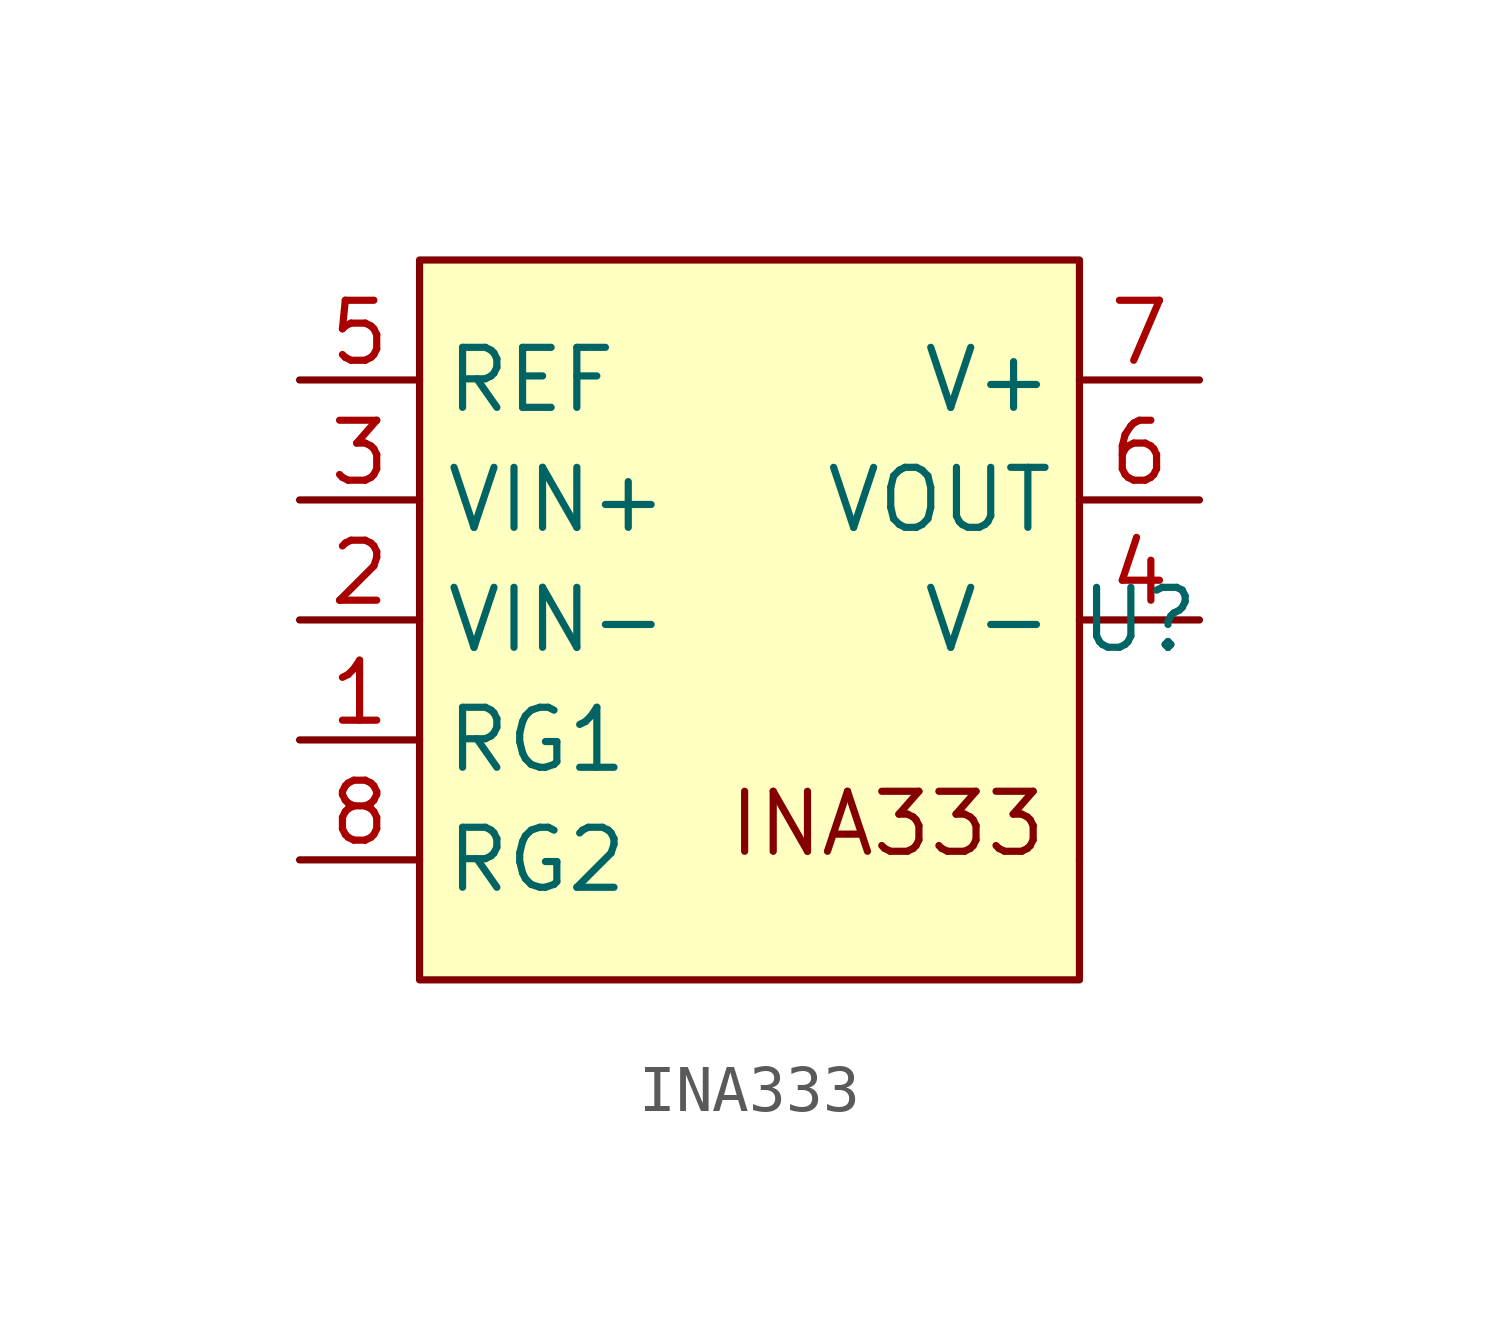
<source format=kicad_sym>
(kicad_symbol_lib
  (version 20241209)
  (generator "kicad_symbol_editor")
  (generator_version "9.0")
  (symbol "INA333"
    (property "Reference" "U"
      (at 0 0 0)
      (effects (font (size 1.27 1.27))))
    (property "Value" ""
      (at 0 0 0)
      (effects (font (size 1.27 1.27))))
    (symbol "INA333_1_1"
      (rectangle (start -15.24 7.62) (end -1.27 -7.62) (stroke (width 0) (type solid)) (fill (type background)))
      (rectangle (start -1.27 -5.08) (end -1.27 -5.08) (stroke (width 0) (type solid)) (fill (type background)))
      (text "INA333\n" (at -5.334 -4.318 0) (effects (font (size 1.27 1.27))))
      (pin input line (at -17.78 5.08 0) (length 2.54) (name "REF" (effects (font (size 1.27 1.27)))) (number "5" (effects (font (size 1.27 1.27)))))
      (pin input line (at -17.78 2.54 0) (length 2.54) (name "VIN+" (effects (font (size 1.27 1.27)))) (number "3" (effects (font (size 1.27 1.27)))))
      (pin input line (at -17.78 0 0) (length 2.54) (name "VIN-" (effects (font (size 1.27 1.27)))) (number "2" (effects (font (size 1.27 1.27)))))
      (pin bidirectional line (at -17.78 -2.54 0) (length 2.54) (name "RG1" (effects (font (size 1.27 1.27)))) (number "1" (effects (font (size 1.27 1.27)))))
      (pin bidirectional line (at -17.78 -5.08 0) (length 2.54) (name "RG2" (effects (font (size 1.27 1.27)))) (number "8" (effects (font (size 1.27 1.27)))))
      (pin input line (at 1.27 5.08 180) (length 2.54) (name "V+" (effects (font (size 1.27 1.27)))) (number "7" (effects (font (size 1.27 1.27)))))
      (pin output line (at 1.27 2.54 180) (length 2.54) (name "VOUT" (effects (font (size 1.27 1.27)))) (number "6" (effects (font (size 1.27 1.27)))))
      (pin power_in line (at 1.27 0 180) (length 2.54) (name "V-" (effects (font (size 1.27 1.27)))) (number "4" (effects (font (size 1.27 1.27))))))))
</source>
